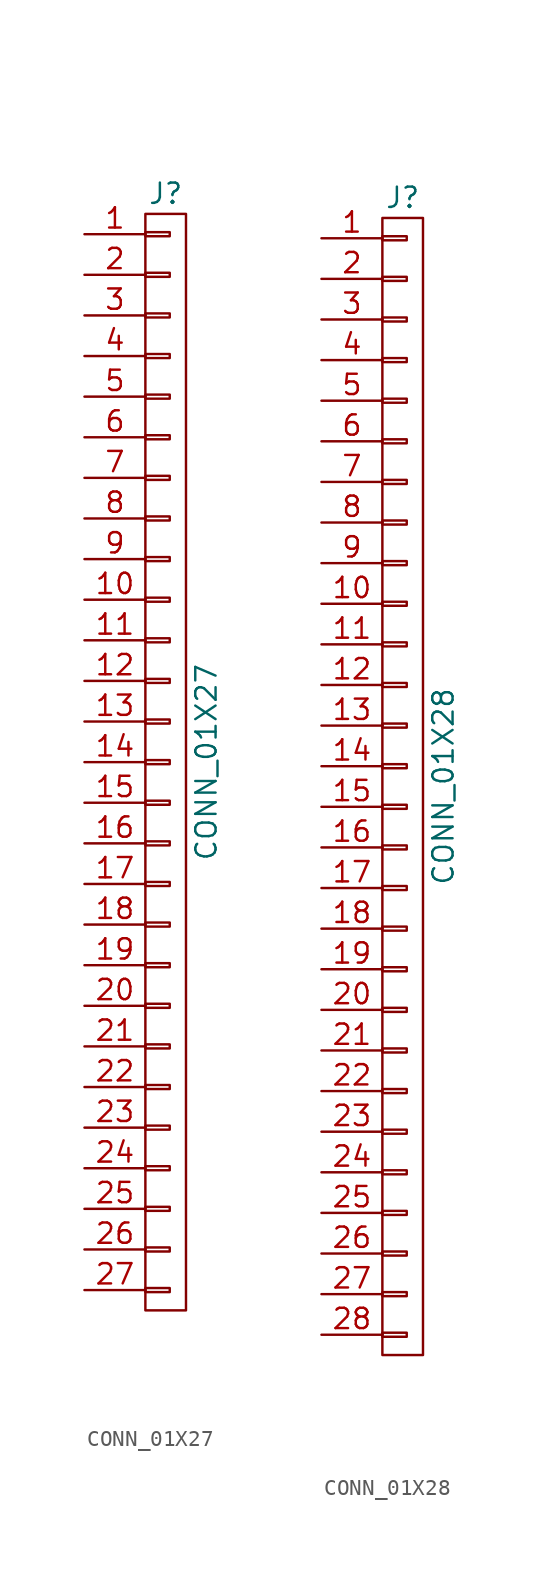
<source format=kicad_sym>
(kicad_symbol_lib
  (version 20211014)
  (generator kicad_symbol_editor)
  (symbol "CONN_01X27"
    (pin_names
      (offset 1.016) hide)
    (property "Reference" "J"
      (at 0 35.56 0)
      (effects (font (size 1.27 1.27))))
    (property "Value" "CONN_01X27"
      (at 2.54 0 90)
      (effects (font (size 1.27 1.27))))
    (symbol "CONN_01X27_0_1"
      (rectangle (start -1.27 -34.29) (end 1.27 34.29) (stroke (width 0) (type default) (color 0 0 0 0)) (fill (type none)))
      (rectangle (start -1.27 -32.893) (end 0.254 -33.147) (stroke (width 0) (type default) (color 0 0 0 0)) (fill (type none)))
      (rectangle (start -1.27 -30.353) (end 0.254 -30.607) (stroke (width 0) (type default) (color 0 0 0 0)) (fill (type none)))
      (rectangle (start -1.27 -27.813) (end 0.254 -28.067) (stroke (width 0) (type default) (color 0 0 0 0)) (fill (type none)))
      (rectangle (start -1.27 -25.273) (end 0.254 -25.527) (stroke (width 0) (type default) (color 0 0 0 0)) (fill (type none)))
      (rectangle (start -1.27 -22.733) (end 0.254 -22.987) (stroke (width 0) (type default) (color 0 0 0 0)) (fill (type none)))
      (rectangle (start -1.27 -20.193) (end 0.254 -20.447) (stroke (width 0) (type default) (color 0 0 0 0)) (fill (type none)))
      (rectangle (start -1.27 -17.653) (end 0.254 -17.907) (stroke (width 0) (type default) (color 0 0 0 0)) (fill (type none)))
      (rectangle (start -1.27 -15.113) (end 0.254 -15.367) (stroke (width 0) (type default) (color 0 0 0 0)) (fill (type none)))
      (rectangle (start -1.27 -12.573) (end 0.254 -12.827) (stroke (width 0) (type default) (color 0 0 0 0)) (fill (type none)))
      (rectangle (start -1.27 -10.033) (end 0.254 -10.287) (stroke (width 0) (type default) (color 0 0 0 0)) (fill (type none)))
      (rectangle (start -1.27 -7.493) (end 0.254 -7.747) (stroke (width 0) (type default) (color 0 0 0 0)) (fill (type none)))
      (rectangle (start -1.27 -4.953) (end 0.254 -5.207) (stroke (width 0) (type default) (color 0 0 0 0)) (fill (type none)))
      (rectangle (start -1.27 -2.413) (end 0.254 -2.667) (stroke (width 0) (type default) (color 0 0 0 0)) (fill (type none)))
      (rectangle (start -1.27 0.127) (end 0.254 -0.127) (stroke (width 0) (type default) (color 0 0 0 0)) (fill (type none)))
      (rectangle (start -1.27 2.667) (end 0.254 2.413) (stroke (width 0) (type default) (color 0 0 0 0)) (fill (type none)))
      (rectangle (start -1.27 5.207) (end 0.254 4.953) (stroke (width 0) (type default) (color 0 0 0 0)) (fill (type none)))
      (rectangle (start -1.27 7.747) (end 0.254 7.493) (stroke (width 0) (type default) (color 0 0 0 0)) (fill (type none)))
      (rectangle (start -1.27 10.287) (end 0.254 10.033) (stroke (width 0) (type default) (color 0 0 0 0)) (fill (type none)))
      (rectangle (start -1.27 12.827) (end 0.254 12.573) (stroke (width 0) (type default) (color 0 0 0 0)) (fill (type none)))
      (rectangle (start -1.27 15.367) (end 0.254 15.113) (stroke (width 0) (type default) (color 0 0 0 0)) (fill (type none)))
      (rectangle (start -1.27 17.907) (end 0.254 17.653) (stroke (width 0) (type default) (color 0 0 0 0)) (fill (type none)))
      (rectangle (start -1.27 20.447) (end 0.254 20.193) (stroke (width 0) (type default) (color 0 0 0 0)) (fill (type none)))
      (rectangle (start -1.27 22.987) (end 0.254 22.733) (stroke (width 0) (type default) (color 0 0 0 0)) (fill (type none)))
      (rectangle (start -1.27 25.527) (end 0.254 25.273) (stroke (width 0) (type default) (color 0 0 0 0)) (fill (type none)))
      (rectangle (start -1.27 28.067) (end 0.254 27.813) (stroke (width 0) (type default) (color 0 0 0 0)) (fill (type none)))
      (rectangle (start -1.27 30.607) (end 0.254 30.353) (stroke (width 0) (type default) (color 0 0 0 0)) (fill (type none)))
      (rectangle (start -1.27 33.147) (end 0.254 32.893) (stroke (width 0) (type default) (color 0 0 0 0)) (fill (type none))))
    (symbol "CONN_01X27_1_1"
      (pin passive line (at -5.08 33.02 0) (length 3.81) (name "P1" (effects (font (size 1.27 1.27)))) (number "1" (effects (font (size 1.27 1.27)))))
      (pin passive line (at -5.08 10.16 0) (length 3.81) (name "P10" (effects (font (size 1.27 1.27)))) (number "10" (effects (font (size 1.27 1.27)))))
      (pin passive line (at -5.08 7.62 0) (length 3.81) (name "P11" (effects (font (size 1.27 1.27)))) (number "11" (effects (font (size 1.27 1.27)))))
      (pin passive line (at -5.08 5.08 0) (length 3.81) (name "P12" (effects (font (size 1.27 1.27)))) (number "12" (effects (font (size 1.27 1.27)))))
      (pin passive line (at -5.08 2.54 0) (length 3.81) (name "P13" (effects (font (size 1.27 1.27)))) (number "13" (effects (font (size 1.27 1.27)))))
      (pin passive line (at -5.08 0 0) (length 3.81) (name "P14" (effects (font (size 1.27 1.27)))) (number "14" (effects (font (size 1.27 1.27)))))
      (pin passive line (at -5.08 -2.54 0) (length 3.81) (name "P15" (effects (font (size 1.27 1.27)))) (number "15" (effects (font (size 1.27 1.27)))))
      (pin passive line (at -5.08 -5.08 0) (length 3.81) (name "P16" (effects (font (size 1.27 1.27)))) (number "16" (effects (font (size 1.27 1.27)))))
      (pin passive line (at -5.08 -7.62 0) (length 3.81) (name "P17" (effects (font (size 1.27 1.27)))) (number "17" (effects (font (size 1.27 1.27)))))
      (pin passive line (at -5.08 -10.16 0) (length 3.81) (name "P18" (effects (font (size 1.27 1.27)))) (number "18" (effects (font (size 1.27 1.27)))))
      (pin passive line (at -5.08 -12.7 0) (length 3.81) (name "P19" (effects (font (size 1.27 1.27)))) (number "19" (effects (font (size 1.27 1.27)))))
      (pin passive line (at -5.08 30.48 0) (length 3.81) (name "P2" (effects (font (size 1.27 1.27)))) (number "2" (effects (font (size 1.27 1.27)))))
      (pin passive line (at -5.08 -15.24 0) (length 3.81) (name "P20" (effects (font (size 1.27 1.27)))) (number "20" (effects (font (size 1.27 1.27)))))
      (pin passive line (at -5.08 -17.78 0) (length 3.81) (name "P21" (effects (font (size 1.27 1.27)))) (number "21" (effects (font (size 1.27 1.27)))))
      (pin passive line (at -5.08 -20.32 0) (length 3.81) (name "P22" (effects (font (size 1.27 1.27)))) (number "22" (effects (font (size 1.27 1.27)))))
      (pin passive line (at -5.08 -22.86 0) (length 3.81) (name "P23" (effects (font (size 1.27 1.27)))) (number "23" (effects (font (size 1.27 1.27)))))
      (pin passive line (at -5.08 -25.4 0) (length 3.81) (name "P24" (effects (font (size 1.27 1.27)))) (number "24" (effects (font (size 1.27 1.27)))))
      (pin passive line (at -5.08 -27.94 0) (length 3.81) (name "P25" (effects (font (size 1.27 1.27)))) (number "25" (effects (font (size 1.27 1.27)))))
      (pin passive line (at -5.08 -30.48 0) (length 3.81) (name "P26" (effects (font (size 1.27 1.27)))) (number "26" (effects (font (size 1.27 1.27)))))
      (pin passive line (at -5.08 -33.02 0) (length 3.81) (name "P27" (effects (font (size 1.27 1.27)))) (number "27" (effects (font (size 1.27 1.27)))))
      (pin passive line (at -5.08 27.94 0) (length 3.81) (name "P3" (effects (font (size 1.27 1.27)))) (number "3" (effects (font (size 1.27 1.27)))))
      (pin passive line (at -5.08 25.4 0) (length 3.81) (name "P4" (effects (font (size 1.27 1.27)))) (number "4" (effects (font (size 1.27 1.27)))))
      (pin passive line (at -5.08 22.86 0) (length 3.81) (name "P5" (effects (font (size 1.27 1.27)))) (number "5" (effects (font (size 1.27 1.27)))))
      (pin passive line (at -5.08 20.32 0) (length 3.81) (name "P6" (effects (font (size 1.27 1.27)))) (number "6" (effects (font (size 1.27 1.27)))))
      (pin passive line (at -5.08 17.78 0) (length 3.81) (name "P7" (effects (font (size 1.27 1.27)))) (number "7" (effects (font (size 1.27 1.27)))))
      (pin passive line (at -5.08 15.24 0) (length 3.81) (name "P8" (effects (font (size 1.27 1.27)))) (number "8" (effects (font (size 1.27 1.27)))))
      (pin passive line (at -5.08 12.7 0) (length 3.81) (name "P9" (effects (font (size 1.27 1.27)))) (number "9" (effects (font (size 1.27 1.27)))))))
  (symbol "CONN_01X28"
    (pin_names
      (offset 1.016) hide)
    (property "Reference" "J"
      (at 0 36.83 0)
      (effects (font (size 1.27 1.27))))
    (property "Value" "CONN_01X28"
      (at 2.54 0 90)
      (effects (font (size 1.27 1.27))))
    (symbol "CONN_01X28_0_1"
      (rectangle (start -1.27 -35.56) (end 1.27 35.56) (stroke (width 0) (type default) (color 0 0 0 0)) (fill (type none)))
      (rectangle (start -1.27 -34.163) (end 0.254 -34.417) (stroke (width 0) (type default) (color 0 0 0 0)) (fill (type none)))
      (rectangle (start -1.27 -31.623) (end 0.254 -31.877) (stroke (width 0) (type default) (color 0 0 0 0)) (fill (type none)))
      (rectangle (start -1.27 -29.083) (end 0.254 -29.337) (stroke (width 0) (type default) (color 0 0 0 0)) (fill (type none)))
      (rectangle (start -1.27 -26.543) (end 0.254 -26.797) (stroke (width 0) (type default) (color 0 0 0 0)) (fill (type none)))
      (rectangle (start -1.27 -24.003) (end 0.254 -24.257) (stroke (width 0) (type default) (color 0 0 0 0)) (fill (type none)))
      (rectangle (start -1.27 -21.463) (end 0.254 -21.717) (stroke (width 0) (type default) (color 0 0 0 0)) (fill (type none)))
      (rectangle (start -1.27 -18.923) (end 0.254 -19.177) (stroke (width 0) (type default) (color 0 0 0 0)) (fill (type none)))
      (rectangle (start -1.27 -16.383) (end 0.254 -16.637) (stroke (width 0) (type default) (color 0 0 0 0)) (fill (type none)))
      (rectangle (start -1.27 -13.843) (end 0.254 -14.097) (stroke (width 0) (type default) (color 0 0 0 0)) (fill (type none)))
      (rectangle (start -1.27 -11.303) (end 0.254 -11.557) (stroke (width 0) (type default) (color 0 0 0 0)) (fill (type none)))
      (rectangle (start -1.27 -8.763) (end 0.254 -9.017) (stroke (width 0) (type default) (color 0 0 0 0)) (fill (type none)))
      (rectangle (start -1.27 -6.223) (end 0.254 -6.477) (stroke (width 0) (type default) (color 0 0 0 0)) (fill (type none)))
      (rectangle (start -1.27 -3.683) (end 0.254 -3.937) (stroke (width 0) (type default) (color 0 0 0 0)) (fill (type none)))
      (rectangle (start -1.27 -1.143) (end 0.254 -1.397) (stroke (width 0) (type default) (color 0 0 0 0)) (fill (type none)))
      (rectangle (start -1.27 1.397) (end 0.254 1.143) (stroke (width 0) (type default) (color 0 0 0 0)) (fill (type none)))
      (rectangle (start -1.27 3.937) (end 0.254 3.683) (stroke (width 0) (type default) (color 0 0 0 0)) (fill (type none)))
      (rectangle (start -1.27 6.477) (end 0.254 6.223) (stroke (width 0) (type default) (color 0 0 0 0)) (fill (type none)))
      (rectangle (start -1.27 9.017) (end 0.254 8.763) (stroke (width 0) (type default) (color 0 0 0 0)) (fill (type none)))
      (rectangle (start -1.27 11.557) (end 0.254 11.303) (stroke (width 0) (type default) (color 0 0 0 0)) (fill (type none)))
      (rectangle (start -1.27 14.097) (end 0.254 13.843) (stroke (width 0) (type default) (color 0 0 0 0)) (fill (type none)))
      (rectangle (start -1.27 16.637) (end 0.254 16.383) (stroke (width 0) (type default) (color 0 0 0 0)) (fill (type none)))
      (rectangle (start -1.27 19.177) (end 0.254 18.923) (stroke (width 0) (type default) (color 0 0 0 0)) (fill (type none)))
      (rectangle (start -1.27 21.717) (end 0.254 21.463) (stroke (width 0) (type default) (color 0 0 0 0)) (fill (type none)))
      (rectangle (start -1.27 24.257) (end 0.254 24.003) (stroke (width 0) (type default) (color 0 0 0 0)) (fill (type none)))
      (rectangle (start -1.27 26.797) (end 0.254 26.543) (stroke (width 0) (type default) (color 0 0 0 0)) (fill (type none)))
      (rectangle (start -1.27 29.337) (end 0.254 29.083) (stroke (width 0) (type default) (color 0 0 0 0)) (fill (type none)))
      (rectangle (start -1.27 31.877) (end 0.254 31.623) (stroke (width 0) (type default) (color 0 0 0 0)) (fill (type none)))
      (rectangle (start -1.27 34.417) (end 0.254 34.163) (stroke (width 0) (type default) (color 0 0 0 0)) (fill (type none))))
    (symbol "CONN_01X28_1_1"
      (pin passive line (at -5.08 34.29 0) (length 3.81) (name "P1" (effects (font (size 1.27 1.27)))) (number "1" (effects (font (size 1.27 1.27)))))
      (pin passive line (at -5.08 11.43 0) (length 3.81) (name "P10" (effects (font (size 1.27 1.27)))) (number "10" (effects (font (size 1.27 1.27)))))
      (pin passive line (at -5.08 8.89 0) (length 3.81) (name "P11" (effects (font (size 1.27 1.27)))) (number "11" (effects (font (size 1.27 1.27)))))
      (pin passive line (at -5.08 6.35 0) (length 3.81) (name "P12" (effects (font (size 1.27 1.27)))) (number "12" (effects (font (size 1.27 1.27)))))
      (pin passive line (at -5.08 3.81 0) (length 3.81) (name "P13" (effects (font (size 1.27 1.27)))) (number "13" (effects (font (size 1.27 1.27)))))
      (pin passive line (at -5.08 1.27 0) (length 3.81) (name "P14" (effects (font (size 1.27 1.27)))) (number "14" (effects (font (size 1.27 1.27)))))
      (pin passive line (at -5.08 -1.27 0) (length 3.81) (name "P15" (effects (font (size 1.27 1.27)))) (number "15" (effects (font (size 1.27 1.27)))))
      (pin passive line (at -5.08 -3.81 0) (length 3.81) (name "P16" (effects (font (size 1.27 1.27)))) (number "16" (effects (font (size 1.27 1.27)))))
      (pin passive line (at -5.08 -6.35 0) (length 3.81) (name "P17" (effects (font (size 1.27 1.27)))) (number "17" (effects (font (size 1.27 1.27)))))
      (pin passive line (at -5.08 -8.89 0) (length 3.81) (name "P18" (effects (font (size 1.27 1.27)))) (number "18" (effects (font (size 1.27 1.27)))))
      (pin passive line (at -5.08 -11.43 0) (length 3.81) (name "P19" (effects (font (size 1.27 1.27)))) (number "19" (effects (font (size 1.27 1.27)))))
      (pin passive line (at -5.08 31.75 0) (length 3.81) (name "P2" (effects (font (size 1.27 1.27)))) (number "2" (effects (font (size 1.27 1.27)))))
      (pin passive line (at -5.08 -13.97 0) (length 3.81) (name "P20" (effects (font (size 1.27 1.27)))) (number "20" (effects (font (size 1.27 1.27)))))
      (pin passive line (at -5.08 -16.51 0) (length 3.81) (name "P21" (effects (font (size 1.27 1.27)))) (number "21" (effects (font (size 1.27 1.27)))))
      (pin passive line (at -5.08 -19.05 0) (length 3.81) (name "P22" (effects (font (size 1.27 1.27)))) (number "22" (effects (font (size 1.27 1.27)))))
      (pin passive line (at -5.08 -21.59 0) (length 3.81) (name "P23" (effects (font (size 1.27 1.27)))) (number "23" (effects (font (size 1.27 1.27)))))
      (pin passive line (at -5.08 -24.13 0) (length 3.81) (name "P24" (effects (font (size 1.27 1.27)))) (number "24" (effects (font (size 1.27 1.27)))))
      (pin passive line (at -5.08 -26.67 0) (length 3.81) (name "P25" (effects (font (size 1.27 1.27)))) (number "25" (effects (font (size 1.27 1.27)))))
      (pin passive line (at -5.08 -29.21 0) (length 3.81) (name "P26" (effects (font (size 1.27 1.27)))) (number "26" (effects (font (size 1.27 1.27)))))
      (pin passive line (at -5.08 -31.75 0) (length 3.81) (name "P27" (effects (font (size 1.27 1.27)))) (number "27" (effects (font (size 1.27 1.27)))))
      (pin passive line (at -5.08 -34.29 0) (length 3.81) (name "P28" (effects (font (size 1.27 1.27)))) (number "28" (effects (font (size 1.27 1.27)))))
      (pin passive line (at -5.08 29.21 0) (length 3.81) (name "P3" (effects (font (size 1.27 1.27)))) (number "3" (effects (font (size 1.27 1.27)))))
      (pin passive line (at -5.08 26.67 0) (length 3.81) (name "P4" (effects (font (size 1.27 1.27)))) (number "4" (effects (font (size 1.27 1.27)))))
      (pin passive line (at -5.08 24.13 0) (length 3.81) (name "P5" (effects (font (size 1.27 1.27)))) (number "5" (effects (font (size 1.27 1.27)))))
      (pin passive line (at -5.08 21.59 0) (length 3.81) (name "P6" (effects (font (size 1.27 1.27)))) (number "6" (effects (font (size 1.27 1.27)))))
      (pin passive line (at -5.08 19.05 0) (length 3.81) (name "P7" (effects (font (size 1.27 1.27)))) (number "7" (effects (font (size 1.27 1.27)))))
      (pin passive line (at -5.08 16.51 0) (length 3.81) (name "P8" (effects (font (size 1.27 1.27)))) (number "8" (effects (font (size 1.27 1.27)))))
      (pin passive line (at -5.08 13.97 0) (length 3.81) (name "P9" (effects (font (size 1.27 1.27)))) (number "9" (effects (font (size 1.27 1.27))))))))
</source>
